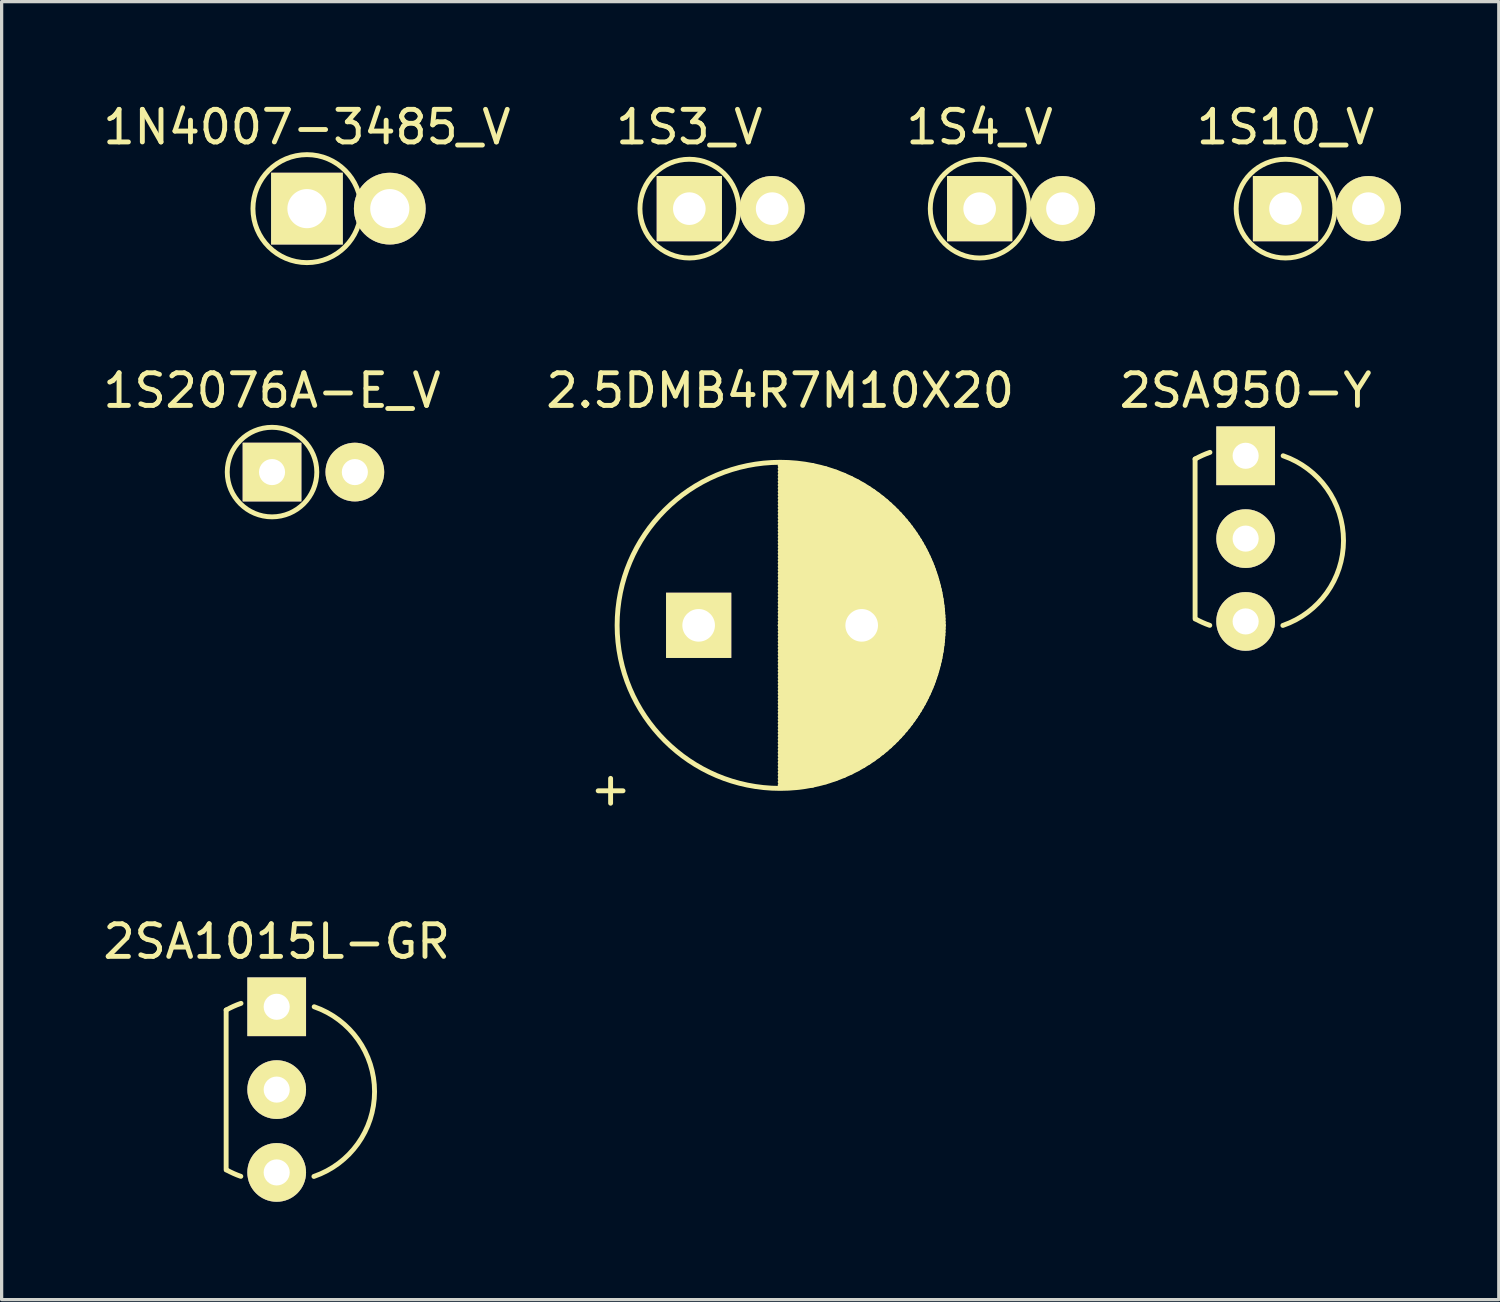
<source format=kicad_pcb>
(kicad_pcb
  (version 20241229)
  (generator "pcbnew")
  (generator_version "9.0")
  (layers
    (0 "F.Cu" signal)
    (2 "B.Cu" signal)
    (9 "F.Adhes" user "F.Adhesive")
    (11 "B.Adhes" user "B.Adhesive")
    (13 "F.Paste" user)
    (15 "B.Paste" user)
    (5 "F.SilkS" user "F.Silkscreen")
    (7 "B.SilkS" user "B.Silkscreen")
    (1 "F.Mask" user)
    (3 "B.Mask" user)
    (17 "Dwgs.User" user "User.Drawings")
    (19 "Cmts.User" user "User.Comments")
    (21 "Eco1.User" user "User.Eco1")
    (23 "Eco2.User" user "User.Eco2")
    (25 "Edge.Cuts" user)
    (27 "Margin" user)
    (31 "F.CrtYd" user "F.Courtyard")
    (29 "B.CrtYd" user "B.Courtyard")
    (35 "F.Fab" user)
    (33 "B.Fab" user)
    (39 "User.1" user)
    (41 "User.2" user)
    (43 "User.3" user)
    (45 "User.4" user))
  (footprint "2SA1015L-GR"
    (layer "F.Cu")
    (at 5.435 27.824)
    (property "Reference" "2SA1015L-GR" (at 0 -2 0) (layer "F.SilkS") (effects (font (size 1 1) (thickness 0.15))))
    (attr through_hole)
    (fp_line (start -1.55 5) (end -1.55 0.1) (stroke (width 0.15) (type solid)) (layer "F.SilkS"))
    (fp_arc (start -1.55 0.1) (mid -1.326783 -0.012505) (end -1.09461 -0.105127) (stroke (width 0.15) (type solid)) (layer "F.SilkS"))
    (fp_arc (start -1.1 5.2) (mid -1.32318 5.111666) (end -1.537812 5.004217) (stroke (width 0.15) (type solid)) (layer "F.SilkS"))
    (fp_arc (start 1.15 0) (mid 3.00136 2.60449) (end 1.14151 5.202923) (stroke (width 0.15) (type solid)) (layer "F.SilkS"))
    (pad "1" thru_hole rect (at 0 0) (size 1.8 1.8) (drill 0.8) (layers "*.Cu" "*.Mask" "F.SilkS"))
    (pad "2" thru_hole circle (at 0 2.54) (size 1.8 1.8) (drill 0.8) (layers "*.Cu" "*.Mask" "F.SilkS"))
    (pad "3" thru_hole circle (at 0 5.08) (size 1.8 1.8) (drill 0.8) (layers "*.Cu" "*.Mask" "F.SilkS")))
  (footprint "1S2076A-E_V"
    (layer "F.Cu")
    (at 5.292 11.427)
    (property "Reference" "1S2076A-E_V" (at 0 -2.5 0) (layer "F.SilkS") (effects (font (size 1 1) (thickness 0.15))))
    (attr through_hole)
    (fp_circle (center 0 0) (end 0 -1.373) (stroke (width 0.15) (type solid)) (fill no) (layer "F.SilkS"))
    (pad "1" thru_hole rect (at 0 0) (size 1.8 1.8) (drill 0.8) (layers "*.Cu" "*.Mask" "F.SilkS"))
    (pad "2" thru_hole circle (at 2.54 0) (size 1.8 1.8) (drill 0.8) (layers "*.Cu" "*.Mask" "F.SilkS")))
  (footprint "2SA950-Y"
    (layer "F.Cu")
    (at 35.149 10.927)
    (property "Reference" "2SA950-Y" (at 0 -2 0) (layer "F.SilkS") (effects (font (size 1 1) (thickness 0.15))))
    (attr through_hole)
    (fp_line (start -1.55 5) (end -1.55 0.1) (stroke (width 0.15) (type solid)) (layer "F.SilkS"))
    (fp_arc (start -1.55 0.1) (mid -1.326783 -0.012505) (end -1.09461 -0.105127) (stroke (width 0.15) (type solid)) (layer "F.SilkS"))
    (fp_arc (start -1.1 5.2) (mid -1.32318 5.111666) (end -1.537812 5.004217) (stroke (width 0.15) (type solid)) (layer "F.SilkS"))
    (fp_arc (start 1.15 0) (mid 3.00136 2.60449) (end 1.14151 5.202923) (stroke (width 0.15) (type solid)) (layer "F.SilkS"))
    (pad "1" thru_hole rect (at 0 0) (size 1.8 1.8) (drill 0.8) (layers "*.Cu" "*.Mask" "F.SilkS"))
    (pad "2" thru_hole circle (at 0 2.54) (size 1.8 1.8) (drill 0.8) (layers "*.Cu" "*.Mask" "F.SilkS"))
    (pad "3" thru_hole circle (at 0 5.08) (size 1.8 1.8) (drill 0.8) (layers "*.Cu" "*.Mask" "F.SilkS")))
  (footprint "1S10_V"
    (layer "F.Cu")
    (at 36.372 3.348)
    (property "Reference" "1S10_V" (at 0 -2.5 0) (layer "F.SilkS") (effects (font (size 1 1) (thickness 0.15))))
    (attr through_hole)
    (fp_circle (center 0 0) (end 0 -1.514) (stroke (width 0.15) (type solid)) (fill no) (layer "F.SilkS"))
    (pad "1" thru_hole rect (at 0 0) (size 2 2) (drill 1) (layers "*.Cu" "*.Mask" "F.SilkS"))
    (pad "2" thru_hole circle (at 2.54 0) (size 2 2) (drill 1) (layers "*.Cu" "*.Mask" "F.SilkS")))
  (footprint "1S3_V"
    (layer "F.Cu")
    (at 18.089 3.348)
    (property "Reference" "1S3_V" (at 0 -2.5 0) (layer "F.SilkS") (effects (font (size 1 1) (thickness 0.15))))
    (attr through_hole)
    (fp_circle (center 0 0) (end 0 -1.514) (stroke (width 0.15) (type solid)) (fill no) (layer "F.SilkS"))
    (pad "1" thru_hole rect (at 0 0) (size 2 2) (drill 1) (layers "*.Cu" "*.Mask" "F.SilkS"))
    (pad "2" thru_hole circle (at 2.54 0) (size 2 2) (drill 1) (layers "*.Cu" "*.Mask" "F.SilkS")))
  (footprint "2.5DMB4R7M10X20"
    (layer "F.Cu")
    (at 18.375 16.127)
    (property "Reference" "2.5DMB4R7M10X20" (at 2.5 -7.2 0) (layer "F.SilkS") (effects (font (size 1 1) (thickness 0.15))))
    (attr through_hole)
    (fp_line (start 2.5 -4.9) (end 3.495 -4.9) (stroke (width 0.15) (type solid)) (layer "F.SilkS"))
    (fp_line (start 2.5 -4.8) (end 3.9 -4.8) (stroke (width 0.15) (type solid)) (layer "F.SilkS"))
    (fp_line (start 2.5 -4.7) (end 4.206 -4.7) (stroke (width 0.15) (type solid)) (layer "F.SilkS"))
    (fp_line (start 2.5 -4.6) (end 4.46 -4.6) (stroke (width 0.15) (type solid)) (layer "F.SilkS"))
    (fp_line (start 2.5 -4.5) (end 4.679 -4.5) (stroke (width 0.15) (type solid)) (layer "F.SilkS"))
    (fp_line (start 2.5 -4.4) (end 4.875 -4.4) (stroke (width 0.15) (type solid)) (layer "F.SilkS"))
    (fp_line (start 2.5 -4.3) (end 5.051 -4.3) (stroke (width 0.15) (type solid)) (layer "F.SilkS"))
    (fp_line (start 2.5 -4.2) (end 5.213 -4.2) (stroke (width 0.15) (type solid)) (layer "F.SilkS"))
    (fp_line (start 2.5 -4.1) (end 5.362 -4.1) (stroke (width 0.15) (type solid)) (layer "F.SilkS"))
    (fp_line (start 2.5 -4) (end 5.5 -4) (stroke (width 0.15) (type solid)) (layer "F.SilkS"))
    (fp_line (start 2.5 -3.9) (end 5.629 -3.9) (stroke (width 0.15) (type solid)) (layer "F.SilkS"))
    (fp_line (start 2.5 -3.8) (end 5.75 -3.8) (stroke (width 0.15) (type solid)) (layer "F.SilkS"))
    (fp_line (start 2.5 -3.7) (end 5.863 -3.7) (stroke (width 0.15) (type solid)) (layer "F.SilkS"))
    (fp_line (start 2.5 -3.6) (end 5.97 -3.6) (stroke (width 0.15) (type solid)) (layer "F.SilkS"))
    (fp_line (start 2.5 -3.5) (end 6.071 -3.5) (stroke (width 0.15) (type solid)) (layer "F.SilkS"))
    (fp_line (start 2.5 -3.4) (end 6.166 -3.4) (stroke (width 0.15) (type solid)) (layer "F.SilkS"))
    (fp_line (start 2.5 -3.3) (end 6.256 -3.3) (stroke (width 0.15) (type solid)) (layer "F.SilkS"))
    (fp_line (start 2.5 -3.2) (end 6.342 -3.2) (stroke (width 0.15) (type solid)) (layer "F.SilkS"))
    (fp_line (start 2.5 -3.1) (end 6.423 -3.1) (stroke (width 0.15) (type solid)) (layer "F.SilkS"))
    (fp_line (start 2.5 -3) (end 6.5 -3) (stroke (width 0.15) (type solid)) (layer "F.SilkS"))
    (fp_line (start 2.5 -2.9) (end 6.573 -2.9) (stroke (width 0.15) (type solid)) (layer "F.SilkS"))
    (fp_line (start 2.5 -2.8) (end 6.642 -2.8) (stroke (width 0.15) (type solid)) (layer "F.SilkS"))
    (fp_line (start 2.5 -2.7) (end 6.708 -2.7) (stroke (width 0.15) (type solid)) (layer "F.SilkS"))
    (fp_line (start 2.5 -2.6) (end 6.771 -2.6) (stroke (width 0.15) (type solid)) (layer "F.SilkS"))
    (fp_line (start 2.5 -2.5) (end 6.83 -2.5) (stroke (width 0.15) (type solid)) (layer "F.SilkS"))
    (fp_line (start 2.5 -2.4) (end 6.886 -2.4) (stroke (width 0.15) (type solid)) (layer "F.SilkS"))
    (fp_line (start 2.5 -2.3) (end 6.94 -2.3) (stroke (width 0.15) (type solid)) (layer "F.SilkS"))
    (fp_line (start 2.5 -2.2) (end 6.99 -2.2) (stroke (width 0.15) (type solid)) (layer "F.SilkS"))
    (fp_line (start 2.5 -2.1) (end 7.038 -2.1) (stroke (width 0.15) (type solid)) (layer "F.SilkS"))
    (fp_line (start 2.5 -2) (end 7.083 -2) (stroke (width 0.15) (type solid)) (layer "F.SilkS"))
    (fp_line (start 2.5 -1.9) (end 7.125 -1.9) (stroke (width 0.15) (type solid)) (layer "F.SilkS"))
    (fp_line (start 2.5 -1.8) (end 7.165 -1.8) (stroke (width 0.15) (type solid)) (layer "F.SilkS"))
    (fp_line (start 2.5 -1.7) (end 7.202 -1.7) (stroke (width 0.15) (type solid)) (layer "F.SilkS"))
    (fp_line (start 2.5 -1.6) (end 7.237 -1.6) (stroke (width 0.15) (type solid)) (layer "F.SilkS"))
    (fp_line (start 2.5 -1.5) (end 7.27 -1.5) (stroke (width 0.15) (type solid)) (layer "F.SilkS"))
    (fp_line (start 2.5 -1.4) (end 7.3 -1.4) (stroke (width 0.15) (type solid)) (layer "F.SilkS"))
    (fp_line (start 2.5 -1.3) (end 7.328 -1.3) (stroke (width 0.15) (type solid)) (layer "F.SilkS"))
    (fp_line (start 2.5 -1.2) (end 7.354 -1.2) (stroke (width 0.15) (type solid)) (layer "F.SilkS"))
    (fp_line (start 2.5 -1.1) (end 7.377 -1.1) (stroke (width 0.15) (type solid)) (layer "F.SilkS"))
    (fp_line (start 2.5 -1) (end 7.399 -1) (stroke (width 0.15) (type solid)) (layer "F.SilkS"))
    (fp_line (start 2.5 -0.9) (end 7.418 -0.9) (stroke (width 0.15) (type solid)) (layer "F.SilkS"))
    (fp_line (start 2.5 -0.8) (end 7.436 -0.8) (stroke (width 0.15) (type solid)) (layer "F.SilkS"))
    (fp_line (start 2.5 -0.7) (end 7.451 -0.7) (stroke (width 0.15) (type solid)) (layer "F.SilkS"))
    (fp_line (start 2.5 -0.6) (end 7.464 -0.6) (stroke (width 0.15) (type solid)) (layer "F.SilkS"))
    (fp_line (start 2.5 -0.5) (end 7.475 -0.5) (stroke (width 0.15) (type solid)) (layer "F.SilkS"))
    (fp_line (start 2.5 -0.4) (end 7.484 -0.4) (stroke (width 0.15) (type solid)) (layer "F.SilkS"))
    (fp_line (start 2.5 -0.3) (end 7.491 -0.3) (stroke (width 0.15) (type solid)) (layer "F.SilkS"))
    (fp_line (start 2.5 -0.2) (end 7.496 -0.2) (stroke (width 0.15) (type solid)) (layer "F.SilkS"))
    (fp_line (start 2.5 -0.1) (end 7.499 -0.1) (stroke (width 0.15) (type solid)) (layer "F.SilkS"))
    (fp_line (start 2.5 0) (end 7.5 0) (stroke (width 0.15) (type solid)) (layer "F.SilkS"))
    (fp_line (start 2.5 0) (end 7.5 0) (stroke (width 0.15) (type solid)) (layer "F.SilkS"))
    (fp_line (start 2.5 0.1) (end 7.499 0.1) (stroke (width 0.15) (type solid)) (layer "F.SilkS"))
    (fp_line (start 2.5 0.2) (end 7.496 0.2) (stroke (width 0.15) (type solid)) (layer "F.SilkS"))
    (fp_line (start 2.5 0.3) (end 7.491 0.3) (stroke (width 0.15) (type solid)) (layer "F.SilkS"))
    (fp_line (start 2.5 0.4) (end 7.484 0.4) (stroke (width 0.15) (type solid)) (layer "F.SilkS"))
    (fp_line (start 2.5 0.5) (end 7.475 0.5) (stroke (width 0.15) (type solid)) (layer "F.SilkS"))
    (fp_line (start 2.5 0.6) (end 7.464 0.6) (stroke (width 0.15) (type solid)) (layer "F.SilkS"))
    (fp_line (start 2.5 0.7) (end 7.451 0.7) (stroke (width 0.15) (type solid)) (layer "F.SilkS"))
    (fp_line (start 2.5 0.8) (end 7.436 0.8) (stroke (width 0.15) (type solid)) (layer "F.SilkS"))
    (fp_line (start 2.5 0.9) (end 7.418 0.9) (stroke (width 0.15) (type solid)) (layer "F.SilkS"))
    (fp_line (start 2.5 1) (end 7.399 1) (stroke (width 0.15) (type solid)) (layer "F.SilkS"))
    (fp_line (start 2.5 1.1) (end 7.377 1.1) (stroke (width 0.15) (type solid)) (layer "F.SilkS"))
    (fp_line (start 2.5 1.2) (end 7.354 1.2) (stroke (width 0.15) (type solid)) (layer "F.SilkS"))
    (fp_line (start 2.5 1.3) (end 7.328 1.3) (stroke (width 0.15) (type solid)) (layer "F.SilkS"))
    (fp_line (start 2.5 1.4) (end 7.3 1.4) (stroke (width 0.15) (type solid)) (layer "F.SilkS"))
    (fp_line (start 2.5 1.5) (end 7.27 1.5) (stroke (width 0.15) (type solid)) (layer "F.SilkS"))
    (fp_line (start 2.5 1.6) (end 7.237 1.6) (stroke (width 0.15) (type solid)) (layer "F.SilkS"))
    (fp_line (start 2.5 1.7) (end 7.202 1.7) (stroke (width 0.15) (type solid)) (layer "F.SilkS"))
    (fp_line (start 2.5 1.8) (end 7.165 1.8) (stroke (width 0.15) (type solid)) (layer "F.SilkS"))
    (fp_line (start 2.5 1.9) (end 7.125 1.9) (stroke (width 0.15) (type solid)) (layer "F.SilkS"))
    (fp_line (start 2.5 2) (end 7.083 2) (stroke (width 0.15) (type solid)) (layer "F.SilkS"))
    (fp_line (start 2.5 2.1) (end 7.038 2.1) (stroke (width 0.15) (type solid)) (layer "F.SilkS"))
    (fp_line (start 2.5 2.2) (end 6.99 2.2) (stroke (width 0.15) (type solid)) (layer "F.SilkS"))
    (fp_line (start 2.5 2.3) (end 6.94 2.3) (stroke (width 0.15) (type solid)) (layer "F.SilkS"))
    (fp_line (start 2.5 2.4) (end 6.886 2.4) (stroke (width 0.15) (type solid)) (layer "F.SilkS"))
    (fp_line (start 2.5 2.5) (end 6.83 2.5) (stroke (width 0.15) (type solid)) (layer "F.SilkS"))
    (fp_line (start 2.5 2.6) (end 6.771 2.6) (stroke (width 0.15) (type solid)) (layer "F.SilkS"))
    (fp_line (start 2.5 2.7) (end 6.708 2.7) (stroke (width 0.15) (type solid)) (layer "F.SilkS"))
    (fp_line (start 2.5 2.8) (end 6.642 2.8) (stroke (width 0.15) (type solid)) (layer "F.SilkS"))
    (fp_line (start 2.5 2.9) (end 6.573 2.9) (stroke (width 0.15) (type solid)) (layer "F.SilkS"))
    (fp_line (start 2.5 3) (end 6.5 3) (stroke (width 0.15) (type solid)) (layer "F.SilkS"))
    (fp_line (start 2.5 3.1) (end 6.423 3.1) (stroke (width 0.15) (type solid)) (layer "F.SilkS"))
    (fp_line (start 2.5 3.2) (end 6.342 3.2) (stroke (width 0.15) (type solid)) (layer "F.SilkS"))
    (fp_line (start 2.5 3.3) (end 6.256 3.3) (stroke (width 0.15) (type solid)) (layer "F.SilkS"))
    (fp_line (start 2.5 3.4) (end 6.166 3.4) (stroke (width 0.15) (type solid)) (layer "F.SilkS"))
    (fp_line (start 2.5 3.5) (end 6.071 3.5) (stroke (width 0.15) (type solid)) (layer "F.SilkS"))
    (fp_line (start 2.5 3.6) (end 5.97 3.6) (stroke (width 0.15) (type solid)) (layer "F.SilkS"))
    (fp_line (start 2.5 3.7) (end 5.863 3.7) (stroke (width 0.15) (type solid)) (layer "F.SilkS"))
    (fp_line (start 2.5 3.8) (end 5.75 3.8) (stroke (width 0.15) (type solid)) (layer "F.SilkS"))
    (fp_line (start 2.5 3.9) (end 5.629 3.9) (stroke (width 0.15) (type solid)) (layer "F.SilkS"))
    (fp_line (start 2.5 4) (end 5.5 4) (stroke (width 0.15) (type solid)) (layer "F.SilkS"))
    (fp_line (start 2.5 4.1) (end 5.362 4.1) (stroke (width 0.15) (type solid)) (layer "F.SilkS"))
    (fp_line (start 2.5 4.2) (end 5.213 4.2) (stroke (width 0.15) (type solid)) (layer "F.SilkS"))
    (fp_line (start 2.5 4.3) (end 5.051 4.3) (stroke (width 0.15) (type solid)) (layer "F.SilkS"))
    (fp_line (start 2.5 4.4) (end 4.875 4.4) (stroke (width 0.15) (type solid)) (layer "F.SilkS"))
    (fp_line (start 2.5 4.5) (end 4.679 4.5) (stroke (width 0.15) (type solid)) (layer "F.SilkS"))
    (fp_line (start 2.5 4.6) (end 4.46 4.6) (stroke (width 0.15) (type solid)) (layer "F.SilkS"))
    (fp_line (start 2.5 4.7) (end 4.206 4.7) (stroke (width 0.15) (type solid)) (layer "F.SilkS"))
    (fp_line (start 2.5 4.8) (end 3.9 4.8) (stroke (width 0.15) (type solid)) (layer "F.SilkS"))
    (fp_line (start 2.5 4.9) (end 3.495 4.9) (stroke (width 0.15) (type solid)) (layer "F.SilkS"))
    (fp_circle (center 2.5 0) (end 2.5 -5) (stroke (width 0.15) (type solid)) (fill no) (layer "F.SilkS"))
    (fp_text user "+" (at -2.7 5 0) (layer "F.SilkS") (effects (font (size 1 1) (thickness 0.15))))
    (pad "1" thru_hole rect (at 0 0) (size 2 2) (drill 1) (layers "*.Cu" "*.Mask" "F.SilkS"))
    (pad "2" thru_hole circle (at 5 0) (size 2 2) (drill 1) (layers "*.Cu" "*.Mask" "F.SilkS")))
  (footprint "1N4007-3485_V"
    (layer "F.Cu")
    (at 6.363 3.348)
    (property "Reference" "1N4007-3485_V" (at 0 -2.5 0) (layer "F.SilkS") (effects (font (size 1 1) (thickness 0.15))))
    (attr through_hole)
    (fp_circle (center 0 0) (end 0 -1.656) (stroke (width 0.15) (type solid)) (fill no) (layer "F.SilkS"))
    (pad "1" thru_hole rect (at 0 0) (size 2.2 2.2) (drill 1.2) (layers "*.Cu" "*.Mask" "F.SilkS"))
    (pad "2" thru_hole circle (at 2.54 0) (size 2.2 2.2) (drill 1.2) (layers "*.Cu" "*.Mask" "F.SilkS")))
  (footprint "1S4_V"
    (layer "F.Cu")
    (at 26.992 3.348)
    (property "Reference" "1S4_V" (at 0 -2.5 0) (layer "F.SilkS") (effects (font (size 1 1) (thickness 0.15))))
    (attr through_hole)
    (fp_circle (center 0 0) (end 0 -1.514) (stroke (width 0.15) (type solid)) (fill no) (layer "F.SilkS"))
    (pad "1" thru_hole rect (at 0 0) (size 2 2) (drill 1) (layers "*.Cu" "*.Mask" "F.SilkS"))
    (pad "2" thru_hole circle (at 2.54 0) (size 2 2) (drill 1) (layers "*.Cu" "*.Mask" "F.SilkS")))
  (gr_rect
    (start -3 -3)
    (end 42.912 36.804)
    (stroke (width 0.1) (type default))
    (fill no)
    (layer "Edge.Cuts")))
</source>
